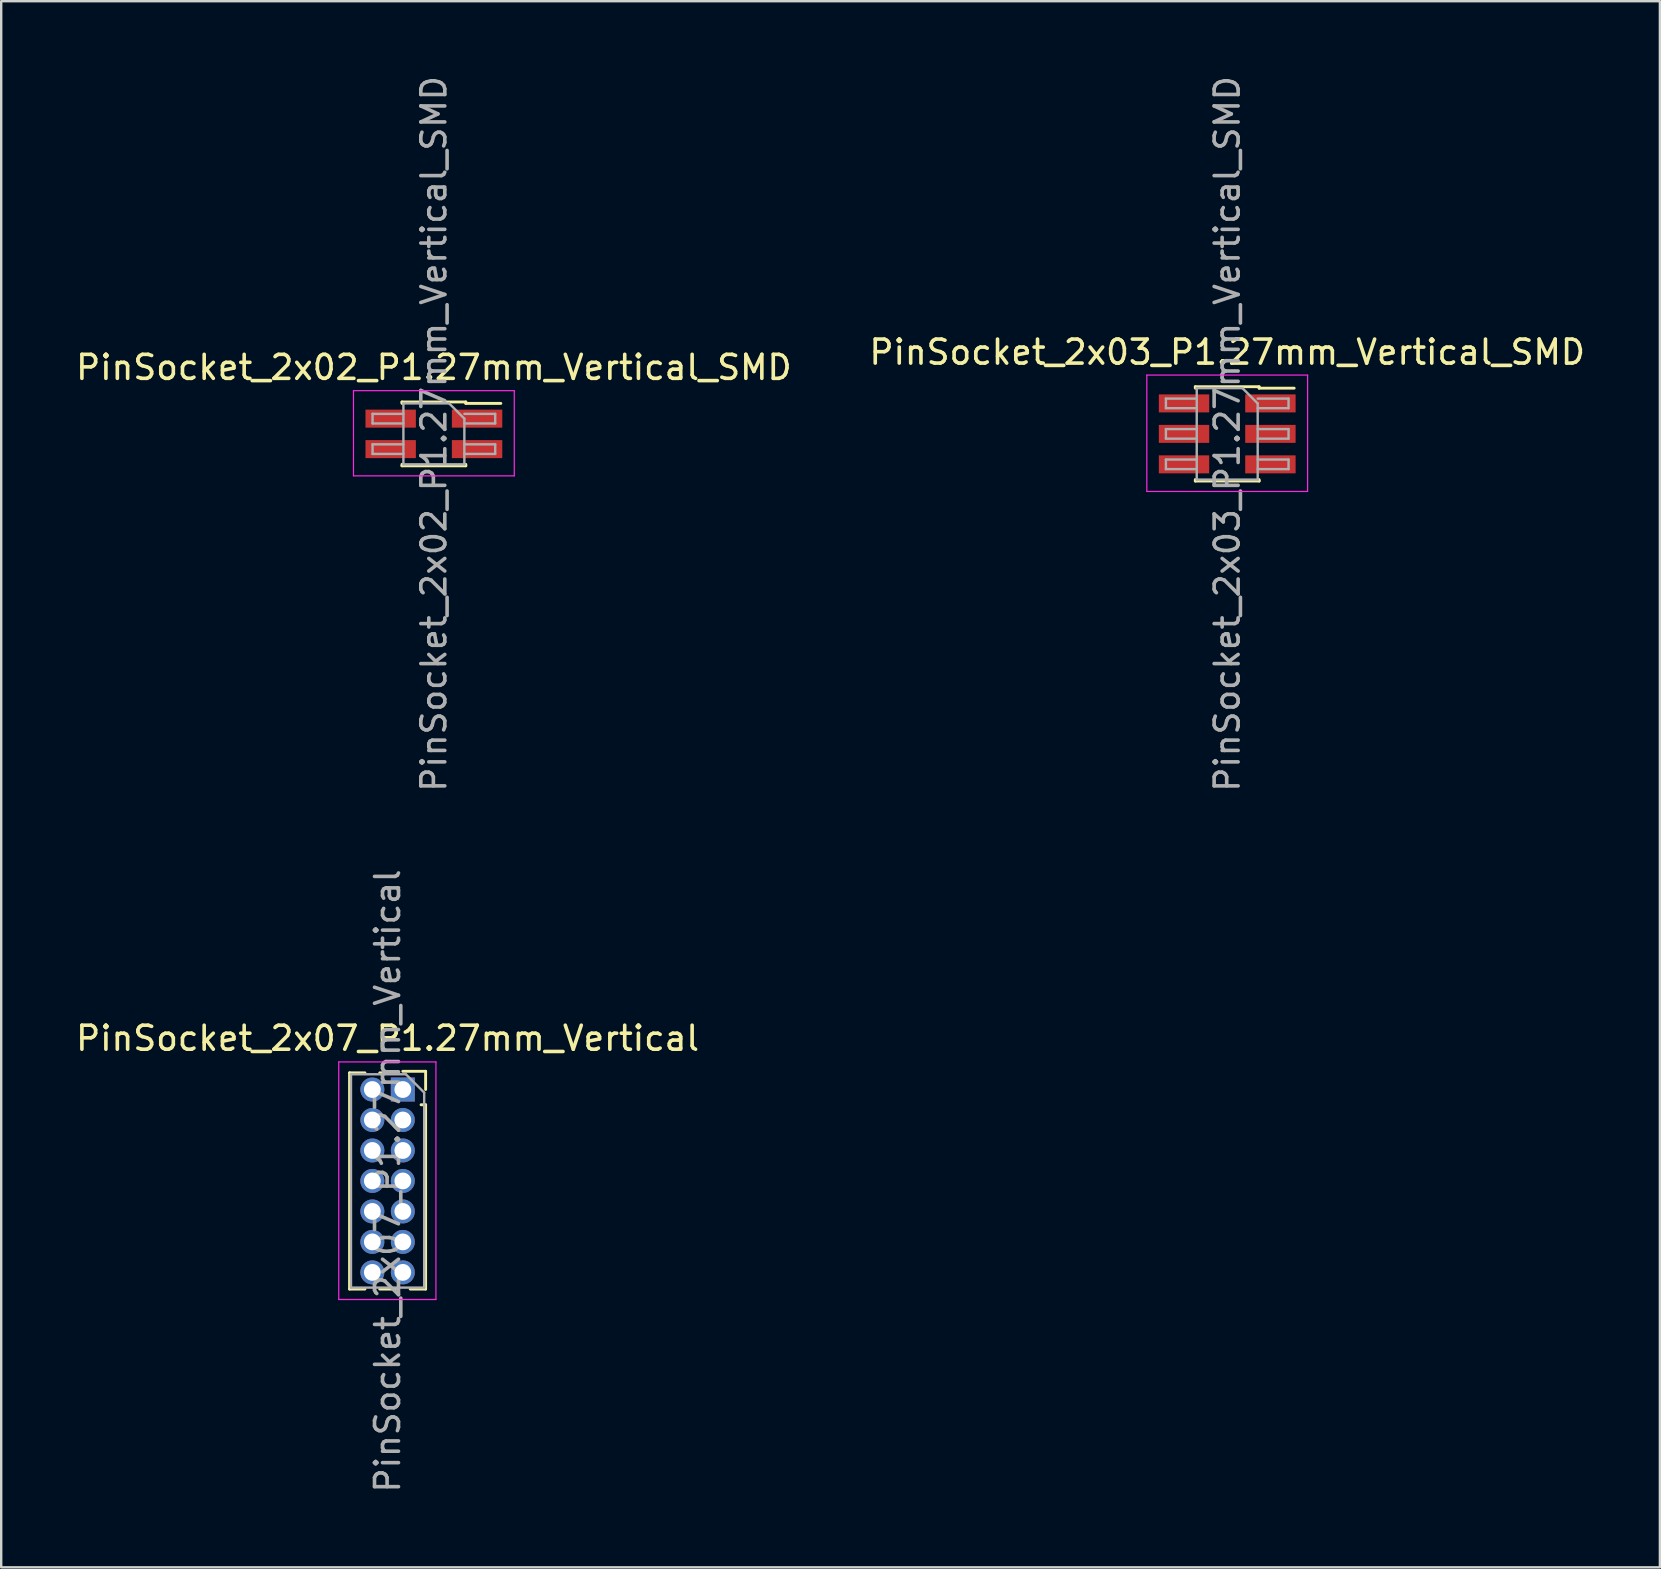
<source format=kicad_pcb>
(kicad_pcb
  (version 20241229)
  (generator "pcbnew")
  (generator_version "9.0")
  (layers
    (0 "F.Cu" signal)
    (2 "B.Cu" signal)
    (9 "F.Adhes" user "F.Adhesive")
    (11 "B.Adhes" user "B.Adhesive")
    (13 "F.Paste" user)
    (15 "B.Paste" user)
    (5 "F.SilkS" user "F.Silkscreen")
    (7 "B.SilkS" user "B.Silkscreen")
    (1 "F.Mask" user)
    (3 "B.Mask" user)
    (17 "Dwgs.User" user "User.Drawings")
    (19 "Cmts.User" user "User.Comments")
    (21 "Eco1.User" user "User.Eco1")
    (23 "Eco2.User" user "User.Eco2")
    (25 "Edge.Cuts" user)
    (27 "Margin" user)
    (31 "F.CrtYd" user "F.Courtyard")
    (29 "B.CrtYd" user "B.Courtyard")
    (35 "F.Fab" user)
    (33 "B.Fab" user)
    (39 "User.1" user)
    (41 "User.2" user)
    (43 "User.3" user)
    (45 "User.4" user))
  (footprint "PinSocket_2x07_P1.27mm_Vertical"
    (layer "F.Cu")
    (at 13.736 42.351)
    (property "Reference" "PinSocket_2x07_P1.27mm_Vertical" (at -0.635 -2.135 0) (layer "F.SilkS") (effects (font (size 1 1) (thickness 0.15))))
    (attr through_hole)
    (fp_line (start -2.22 -0.695) (end -2.22 8.315) (stroke (width 0.12) (type solid)) (layer "F.SilkS"))
    (fp_line (start -2.22 -0.695) (end -1.578 -0.695) (stroke (width 0.12) (type solid)) (layer "F.SilkS"))
    (fp_line (start -2.22 8.315) (end -1.578 8.315) (stroke (width 0.12) (type solid)) (layer "F.SilkS"))
    (fp_line (start -0.962 -0.695) (end -0.76 -0.695) (stroke (width 0.12) (type solid)) (layer "F.SilkS"))
    (fp_line (start -0.962 8.315) (end -0.308 8.315) (stroke (width 0.12) (type solid)) (layer "F.SilkS"))
    (fp_line (start 0 -0.76) (end 0.95 -0.76) (stroke (width 0.12) (type solid)) (layer "F.SilkS"))
    (fp_line (start 0.308 8.315) (end 0.95 8.315) (stroke (width 0.12) (type solid)) (layer "F.SilkS"))
    (fp_line (start 0.76 0.635) (end 0.95 0.635) (stroke (width 0.12) (type solid)) (layer "F.SilkS"))
    (fp_line (start 0.95 -0.76) (end 0.95 0) (stroke (width 0.12) (type solid)) (layer "F.SilkS"))
    (fp_line (start 0.95 0.635) (end 0.95 8.315) (stroke (width 0.12) (type solid)) (layer "F.SilkS"))
    (fp_line (start -2.67 -1.15) (end 1.38 -1.15) (stroke (width 0.05) (type solid)) (layer "F.CrtYd"))
    (fp_line (start -2.67 8.75) (end -2.67 -1.15) (stroke (width 0.05) (type solid)) (layer "F.CrtYd"))
    (fp_line (start 1.38 -1.15) (end 1.38 8.75) (stroke (width 0.05) (type solid)) (layer "F.CrtYd"))
    (fp_line (start 1.38 8.75) (end -2.67 8.75) (stroke (width 0.05) (type solid)) (layer "F.CrtYd"))
    (fp_line (start -2.16 -0.635) (end 0.128 -0.635) (stroke (width 0.1) (type solid)) (layer "F.Fab"))
    (fp_line (start -2.16 8.255) (end -2.16 -0.635) (stroke (width 0.1) (type solid)) (layer "F.Fab"))
    (fp_line (start 0.128 -0.635) (end 0.89 0.128) (stroke (width 0.1) (type solid)) (layer "F.Fab"))
    (fp_line (start 0.89 0.128) (end 0.89 8.255) (stroke (width 0.1) (type solid)) (layer "F.Fab"))
    (fp_line (start 0.89 8.255) (end -2.16 8.255) (stroke (width 0.1) (type solid)) (layer "F.Fab"))
    (fp_text user "${REFERENCE}" (at -0.635 3.81 90) (layer "F.Fab") (effects (font (size 1 1) (thickness 0.15))))
    (pad "1" thru_hole rect (at 0 0) (size 1 1) (drill 0.7) (layers "*.Cu" "*.Mask"))
    (pad "2" thru_hole circle (at -1.27 0) (size 1 1) (drill 0.7) (layers "*.Cu" "*.Mask"))
    (pad "3" thru_hole circle (at 0 1.27) (size 1 1) (drill 0.7) (layers "*.Cu" "*.Mask"))
    (pad "4" thru_hole circle (at -1.27 1.27) (size 1 1) (drill 0.7) (layers "*.Cu" "*.Mask"))
    (pad "5" thru_hole circle (at 0 2.54) (size 1 1) (drill 0.7) (layers "*.Cu" "*.Mask"))
    (pad "6" thru_hole circle (at -1.27 2.54) (size 1 1) (drill 0.7) (layers "*.Cu" "*.Mask"))
    (pad "7" thru_hole circle (at 0 3.81) (size 1 1) (drill 0.7) (layers "*.Cu" "*.Mask"))
    (pad "8" thru_hole circle (at -1.27 3.81) (size 1 1) (drill 0.7) (layers "*.Cu" "*.Mask"))
    (pad "9" thru_hole circle (at 0 5.08) (size 1 1) (drill 0.7) (layers "*.Cu" "*.Mask"))
    (pad "10" thru_hole circle (at -1.27 5.08) (size 1 1) (drill 0.7) (layers "*.Cu" "*.Mask"))
    (pad "11" thru_hole circle (at 0 6.35) (size 1 1) (drill 0.7) (layers "*.Cu" "*.Mask"))
    (pad "12" thru_hole circle (at -1.27 6.35) (size 1 1) (drill 0.7) (layers "*.Cu" "*.Mask"))
    (pad "13" thru_hole circle (at 0 7.62) (size 1 1) (drill 0.7) (layers "*.Cu" "*.Mask"))
    (pad "14" thru_hole circle (at -1.27 7.62) (size 1 1) (drill 0.7) (layers "*.Cu" "*.Mask")))
  (footprint "PinSocket_2x03_P1.27mm_Vertical_SMD"
    (layer "F.Cu")
    (at 48.089 15.03)
    (property "Reference" "PinSocket_2x03_P1.27mm_Vertical_SMD" (at 0 -3.405 0) (layer "F.SilkS") (effects (font (size 1 1) (thickness 0.15))))
    (attr smd)
    (fp_line (start -1.33 -1.965) (end -1.33 -1.905) (stroke (width 0.12) (type solid)) (layer "F.SilkS"))
    (fp_line (start -1.33 -1.965) (end 1.33 -1.965) (stroke (width 0.12) (type solid)) (layer "F.SilkS"))
    (fp_line (start -1.33 1.905) (end -1.33 1.965) (stroke (width 0.12) (type solid)) (layer "F.SilkS"))
    (fp_line (start -1.33 1.965) (end 1.33 1.965) (stroke (width 0.12) (type solid)) (layer "F.SilkS"))
    (fp_line (start 1.33 -1.965) (end 1.33 -1.905) (stroke (width 0.12) (type solid)) (layer "F.SilkS"))
    (fp_line (start 1.33 -1.905) (end 2.79 -1.905) (stroke (width 0.12) (type solid)) (layer "F.SilkS"))
    (fp_line (start 1.33 1.905) (end 1.33 1.965) (stroke (width 0.12) (type solid)) (layer "F.SilkS"))
    (fp_line (start -3.35 -2.45) (end 3.35 -2.45) (stroke (width 0.05) (type solid)) (layer "F.CrtYd"))
    (fp_line (start -3.35 2.4) (end -3.35 -2.45) (stroke (width 0.05) (type solid)) (layer "F.CrtYd"))
    (fp_line (start 3.35 -2.45) (end 3.35 2.4) (stroke (width 0.05) (type solid)) (layer "F.CrtYd"))
    (fp_line (start 3.35 2.4) (end -3.35 2.4) (stroke (width 0.05) (type solid)) (layer "F.CrtYd"))
    (fp_line (start -2.555 -1.47) (end -1.27 -1.47) (stroke (width 0.1) (type solid)) (layer "F.Fab"))
    (fp_line (start -2.555 -1.07) (end -2.555 -1.47) (stroke (width 0.1) (type solid)) (layer "F.Fab"))
    (fp_line (start -2.555 -0.2) (end -1.27 -0.2) (stroke (width 0.1) (type solid)) (layer "F.Fab"))
    (fp_line (start -2.555 0.2) (end -2.555 -0.2) (stroke (width 0.1) (type solid)) (layer "F.Fab"))
    (fp_line (start -2.555 1.07) (end -1.27 1.07) (stroke (width 0.1) (type solid)) (layer "F.Fab"))
    (fp_line (start -2.555 1.47) (end -2.555 1.07) (stroke (width 0.1) (type solid)) (layer "F.Fab"))
    (fp_line (start -1.27 -1.905) (end 0.635 -1.905) (stroke (width 0.1) (type solid)) (layer "F.Fab"))
    (fp_line (start -1.27 -1.07) (end -2.555 -1.07) (stroke (width 0.1) (type solid)) (layer "F.Fab"))
    (fp_line (start -1.27 0.2) (end -2.555 0.2) (stroke (width 0.1) (type solid)) (layer "F.Fab"))
    (fp_line (start -1.27 1.47) (end -2.555 1.47) (stroke (width 0.1) (type solid)) (layer "F.Fab"))
    (fp_line (start -1.27 1.905) (end -1.27 -1.905) (stroke (width 0.1) (type solid)) (layer "F.Fab"))
    (fp_line (start 0.635 -1.905) (end 1.27 -1.27) (stroke (width 0.1) (type solid)) (layer "F.Fab"))
    (fp_line (start 1.27 -1.47) (end 2.555 -1.47) (stroke (width 0.1) (type solid)) (layer "F.Fab"))
    (fp_line (start 1.27 -1.27) (end 1.27 1.905) (stroke (width 0.1) (type solid)) (layer "F.Fab"))
    (fp_line (start 1.27 -0.2) (end 2.555 -0.2) (stroke (width 0.1) (type solid)) (layer "F.Fab"))
    (fp_line (start 1.27 1.07) (end 2.555 1.07) (stroke (width 0.1) (type solid)) (layer "F.Fab"))
    (fp_line (start 1.27 1.905) (end -1.27 1.905) (stroke (width 0.1) (type solid)) (layer "F.Fab"))
    (fp_line (start 2.555 -1.47) (end 2.555 -1.07) (stroke (width 0.1) (type solid)) (layer "F.Fab"))
    (fp_line (start 2.555 -1.07) (end 1.27 -1.07) (stroke (width 0.1) (type solid)) (layer "F.Fab"))
    (fp_line (start 2.555 -0.2) (end 2.555 0.2) (stroke (width 0.1) (type solid)) (layer "F.Fab"))
    (fp_line (start 2.555 0.2) (end 1.27 0.2) (stroke (width 0.1) (type solid)) (layer "F.Fab"))
    (fp_line (start 2.555 1.07) (end 2.555 1.47) (stroke (width 0.1) (type solid)) (layer "F.Fab"))
    (fp_line (start 2.555 1.47) (end 1.27 1.47) (stroke (width 0.1) (type solid)) (layer "F.Fab"))
    (fp_text user "${REFERENCE}" (at 0 0 90) (layer "F.Fab") (effects (font (size 1 1) (thickness 0.15))))
    (pad "1" smd rect (at 1.8 -1.27) (size 2.1 0.75) (layers "F.Cu" "F.Mask" "F.Paste"))
    (pad "2" smd rect (at -1.8 -1.27) (size 2.1 0.75) (layers "F.Cu" "F.Mask" "F.Paste"))
    (pad "3" smd rect (at 1.8 0) (size 2.1 0.75) (layers "F.Cu" "F.Mask" "F.Paste"))
    (pad "4" smd rect (at -1.8 0) (size 2.1 0.75) (layers "F.Cu" "F.Mask" "F.Paste"))
    (pad "5" smd rect (at 1.8 1.27) (size 2.1 0.75) (layers "F.Cu" "F.Mask" "F.Paste"))
    (pad "6" smd rect (at -1.8 1.27) (size 2.1 0.75) (layers "F.Cu" "F.Mask" "F.Paste")))
  (footprint "PinSocket_2x02_P1.27mm_Vertical_SMD"
    (layer "F.Cu")
    (at 15.03 15.03)
    (property "Reference" "PinSocket_2x02_P1.27mm_Vertical_SMD" (at 0 -2.77 0) (layer "F.SilkS") (effects (font (size 1 1) (thickness 0.15))))
    (attr smd)
    (fp_line (start -1.33 -1.33) (end -1.33 -1.27) (stroke (width 0.12) (type solid)) (layer "F.SilkS"))
    (fp_line (start -1.33 -1.33) (end 1.33 -1.33) (stroke (width 0.12) (type solid)) (layer "F.SilkS"))
    (fp_line (start -1.33 1.27) (end -1.33 1.33) (stroke (width 0.12) (type solid)) (layer "F.SilkS"))
    (fp_line (start -1.33 1.33) (end 1.33 1.33) (stroke (width 0.12) (type solid)) (layer "F.SilkS"))
    (fp_line (start 1.33 -1.33) (end 1.33 -1.27) (stroke (width 0.12) (type solid)) (layer "F.SilkS"))
    (fp_line (start 1.33 -1.27) (end 2.79 -1.27) (stroke (width 0.12) (type solid)) (layer "F.SilkS"))
    (fp_line (start 1.33 1.27) (end 1.33 1.33) (stroke (width 0.12) (type solid)) (layer "F.SilkS"))
    (fp_line (start -3.35 -1.8) (end 3.35 -1.8) (stroke (width 0.05) (type solid)) (layer "F.CrtYd"))
    (fp_line (start -3.35 1.75) (end -3.35 -1.8) (stroke (width 0.05) (type solid)) (layer "F.CrtYd"))
    (fp_line (start 3.35 -1.8) (end 3.35 1.75) (stroke (width 0.05) (type solid)) (layer "F.CrtYd"))
    (fp_line (start 3.35 1.75) (end -3.35 1.75) (stroke (width 0.05) (type solid)) (layer "F.CrtYd"))
    (fp_line (start -2.555 -0.835) (end -1.27 -0.835) (stroke (width 0.1) (type solid)) (layer "F.Fab"))
    (fp_line (start -2.555 -0.435) (end -2.555 -0.835) (stroke (width 0.1) (type solid)) (layer "F.Fab"))
    (fp_line (start -2.555 0.435) (end -1.27 0.435) (stroke (width 0.1) (type solid)) (layer "F.Fab"))
    (fp_line (start -2.555 0.835) (end -2.555 0.435) (stroke (width 0.1) (type solid)) (layer "F.Fab"))
    (fp_line (start -1.27 -1.27) (end 0.635 -1.27) (stroke (width 0.1) (type solid)) (layer "F.Fab"))
    (fp_line (start -1.27 -0.435) (end -2.555 -0.435) (stroke (width 0.1) (type solid)) (layer "F.Fab"))
    (fp_line (start -1.27 0.835) (end -2.555 0.835) (stroke (width 0.1) (type solid)) (layer "F.Fab"))
    (fp_line (start -1.27 1.27) (end -1.27 -1.27) (stroke (width 0.1) (type solid)) (layer "F.Fab"))
    (fp_line (start 0.635 -1.27) (end 1.27 -0.635) (stroke (width 0.1) (type solid)) (layer "F.Fab"))
    (fp_line (start 1.27 -0.835) (end 2.555 -0.835) (stroke (width 0.1) (type solid)) (layer "F.Fab"))
    (fp_line (start 1.27 -0.635) (end 1.27 1.27) (stroke (width 0.1) (type solid)) (layer "F.Fab"))
    (fp_line (start 1.27 0.435) (end 2.555 0.435) (stroke (width 0.1) (type solid)) (layer "F.Fab"))
    (fp_line (start 1.27 1.27) (end -1.27 1.27) (stroke (width 0.1) (type solid)) (layer "F.Fab"))
    (fp_line (start 2.555 -0.835) (end 2.555 -0.435) (stroke (width 0.1) (type solid)) (layer "F.Fab"))
    (fp_line (start 2.555 -0.435) (end 1.27 -0.435) (stroke (width 0.1) (type solid)) (layer "F.Fab"))
    (fp_line (start 2.555 0.435) (end 2.555 0.835) (stroke (width 0.1) (type solid)) (layer "F.Fab"))
    (fp_line (start 2.555 0.835) (end 1.27 0.835) (stroke (width 0.1) (type solid)) (layer "F.Fab"))
    (fp_text user "${REFERENCE}" (at 0 0 90) (layer "F.Fab") (effects (font (size 1 1) (thickness 0.15))))
    (pad "1" smd rect (at 1.8 -0.635) (size 2.1 0.75) (layers "F.Cu" "F.Mask" "F.Paste"))
    (pad "2" smd rect (at -1.8 -0.635) (size 2.1 0.75) (layers "F.Cu" "F.Mask" "F.Paste"))
    (pad "3" smd rect (at 1.8 0.635) (size 2.1 0.75) (layers "F.Cu" "F.Mask" "F.Paste"))
    (pad "4" smd rect (at -1.8 0.635) (size 2.1 0.75) (layers "F.Cu" "F.Mask" "F.Paste")))
  (gr_rect
    (start -3 -3)
    (end 66.119 62.262)
    (stroke (width 0.1) (type default))
    (fill no)
    (layer "Edge.Cuts")))
</source>
